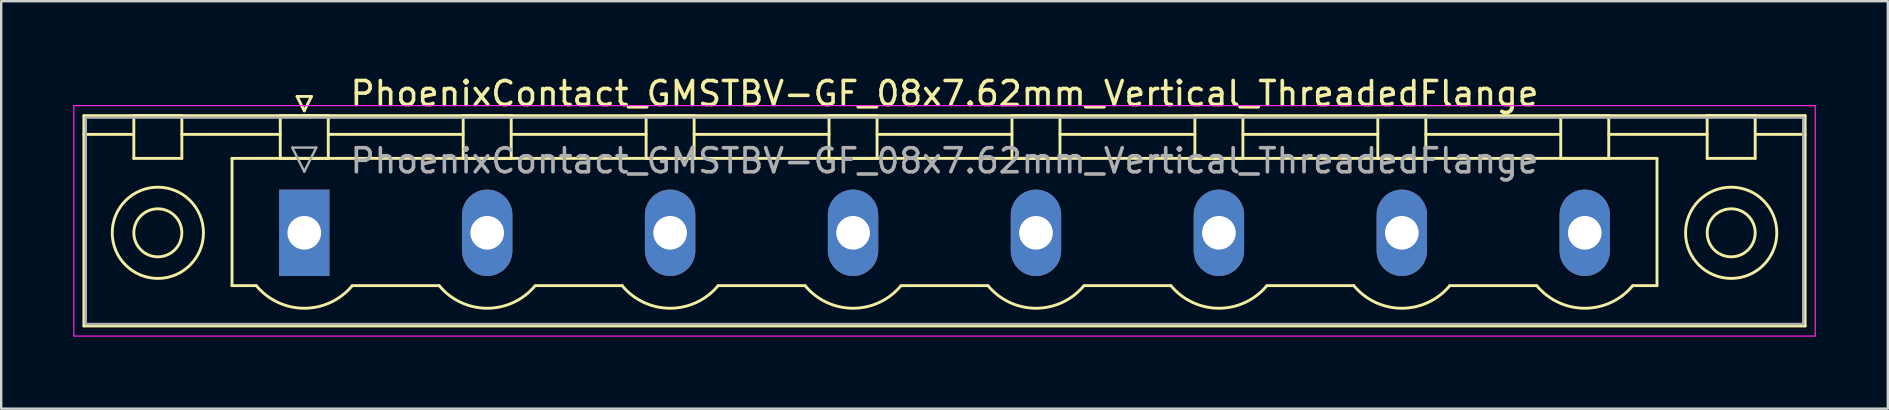
<source format=kicad_pcb>
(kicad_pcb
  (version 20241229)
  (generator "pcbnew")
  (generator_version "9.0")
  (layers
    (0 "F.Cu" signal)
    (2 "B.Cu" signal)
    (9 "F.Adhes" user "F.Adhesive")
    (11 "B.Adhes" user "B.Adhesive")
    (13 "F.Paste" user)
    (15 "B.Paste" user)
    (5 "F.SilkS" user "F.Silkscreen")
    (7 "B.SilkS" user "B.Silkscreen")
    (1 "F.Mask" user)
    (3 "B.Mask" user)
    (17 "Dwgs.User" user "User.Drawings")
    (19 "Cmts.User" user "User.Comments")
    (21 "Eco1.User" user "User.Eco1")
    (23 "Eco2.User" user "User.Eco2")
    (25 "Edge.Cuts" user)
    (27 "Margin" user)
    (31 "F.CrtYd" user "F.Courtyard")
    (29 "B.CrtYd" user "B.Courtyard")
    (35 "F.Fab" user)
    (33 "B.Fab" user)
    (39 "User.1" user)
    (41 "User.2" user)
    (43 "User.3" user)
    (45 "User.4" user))
  (footprint "PhoenixContact_GMSTBV-GF_08x7.62mm_Vertical_ThreadedFlange"
    (layer "F.Cu")
    (at 9.625 6.648)
    (property "Reference" "PhoenixContact_GMSTBV-GF_08x7.62mm_Vertical_ThreadedFlange" (at 26.67 -5.8 0) (layer "F.SilkS") (effects (font (size 1 1) (thickness 0.15))))
    (attr through_hole)
    (fp_line (start -9.18 -4.88) (end -9.18 3.88) (stroke (width 0.12) (type solid)) (layer "F.SilkS"))
    (fp_line (start -9.18 -4.1) (end -7.18 -4.1) (stroke (width 0.12) (type solid)) (layer "F.SilkS"))
    (fp_line (start -9.18 3.88) (end 62.52 3.88) (stroke (width 0.12) (type solid)) (layer "F.SilkS"))
    (fp_line (start -7.1 -4.88) (end -5.1 -4.88) (stroke (width 0.12) (type solid)) (layer "F.SilkS"))
    (fp_line (start -7.1 -3.1) (end -7.1 -4.88) (stroke (width 0.12) (type solid)) (layer "F.SilkS"))
    (fp_line (start -5.1 -4.88) (end -5.1 -3.1) (stroke (width 0.12) (type solid)) (layer "F.SilkS"))
    (fp_line (start -5.1 -4.1) (end -1 -4.1) (stroke (width 0.12) (type solid)) (layer "F.SilkS"))
    (fp_line (start -5.1 -3.1) (end -7.1 -3.1) (stroke (width 0.12) (type solid)) (layer "F.SilkS"))
    (fp_line (start -3.01 -3.1) (end 56.35 -3.1) (stroke (width 0.12) (type solid)) (layer "F.SilkS"))
    (fp_line (start -3.01 2.2) (end -3.01 -3.1) (stroke (width 0.12) (type solid)) (layer "F.SilkS"))
    (fp_line (start -2 2.2) (end -3.01 2.2) (stroke (width 0.12) (type solid)) (layer "F.SilkS"))
    (fp_line (start -1 -4.88) (end 1 -4.88) (stroke (width 0.12) (type solid)) (layer "F.SilkS"))
    (fp_line (start -1 -3.1) (end -1 -4.88) (stroke (width 0.12) (type solid)) (layer "F.SilkS"))
    (fp_line (start -0.3 -5.68) (end 0.3 -5.68) (stroke (width 0.12) (type solid)) (layer "F.SilkS"))
    (fp_line (start 0 -5.08) (end -0.3 -5.68) (stroke (width 0.12) (type solid)) (layer "F.SilkS"))
    (fp_line (start 0.3 -5.68) (end 0 -5.08) (stroke (width 0.12) (type solid)) (layer "F.SilkS"))
    (fp_line (start 1 -4.88) (end 1 -3.1) (stroke (width 0.12) (type solid)) (layer "F.SilkS"))
    (fp_line (start 1 -4.1) (end 6.62 -4.1) (stroke (width 0.12) (type solid)) (layer "F.SilkS"))
    (fp_line (start 1 -3.1) (end -1 -3.1) (stroke (width 0.12) (type solid)) (layer "F.SilkS"))
    (fp_line (start 2 2.2) (end 5.62 2.2) (stroke (width 0.12) (type solid)) (layer "F.SilkS"))
    (fp_line (start 6.62 -4.88) (end 8.62 -4.88) (stroke (width 0.12) (type solid)) (layer "F.SilkS"))
    (fp_line (start 6.62 -3.1) (end 6.62 -4.88) (stroke (width 0.12) (type solid)) (layer "F.SilkS"))
    (fp_line (start 8.62 -4.88) (end 8.62 -3.1) (stroke (width 0.12) (type solid)) (layer "F.SilkS"))
    (fp_line (start 8.62 -4.1) (end 14.24 -4.1) (stroke (width 0.12) (type solid)) (layer "F.SilkS"))
    (fp_line (start 8.62 -3.1) (end 6.62 -3.1) (stroke (width 0.12) (type solid)) (layer "F.SilkS"))
    (fp_line (start 9.62 2.2) (end 13.24 2.2) (stroke (width 0.12) (type solid)) (layer "F.SilkS"))
    (fp_line (start 14.24 -4.88) (end 16.24 -4.88) (stroke (width 0.12) (type solid)) (layer "F.SilkS"))
    (fp_line (start 14.24 -3.1) (end 14.24 -4.88) (stroke (width 0.12) (type solid)) (layer "F.SilkS"))
    (fp_line (start 16.24 -4.88) (end 16.24 -3.1) (stroke (width 0.12) (type solid)) (layer "F.SilkS"))
    (fp_line (start 16.24 -4.1) (end 21.86 -4.1) (stroke (width 0.12) (type solid)) (layer "F.SilkS"))
    (fp_line (start 16.24 -3.1) (end 14.24 -3.1) (stroke (width 0.12) (type solid)) (layer "F.SilkS"))
    (fp_line (start 17.24 2.2) (end 20.86 2.2) (stroke (width 0.12) (type solid)) (layer "F.SilkS"))
    (fp_line (start 21.86 -4.88) (end 23.86 -4.88) (stroke (width 0.12) (type solid)) (layer "F.SilkS"))
    (fp_line (start 21.86 -3.1) (end 21.86 -4.88) (stroke (width 0.12) (type solid)) (layer "F.SilkS"))
    (fp_line (start 23.86 -4.88) (end 23.86 -3.1) (stroke (width 0.12) (type solid)) (layer "F.SilkS"))
    (fp_line (start 23.86 -4.1) (end 29.48 -4.1) (stroke (width 0.12) (type solid)) (layer "F.SilkS"))
    (fp_line (start 23.86 -3.1) (end 21.86 -3.1) (stroke (width 0.12) (type solid)) (layer "F.SilkS"))
    (fp_line (start 24.86 2.2) (end 28.48 2.2) (stroke (width 0.12) (type solid)) (layer "F.SilkS"))
    (fp_line (start 29.48 -4.88) (end 31.48 -4.88) (stroke (width 0.12) (type solid)) (layer "F.SilkS"))
    (fp_line (start 29.48 -3.1) (end 29.48 -4.88) (stroke (width 0.12) (type solid)) (layer "F.SilkS"))
    (fp_line (start 31.48 -4.88) (end 31.48 -3.1) (stroke (width 0.12) (type solid)) (layer "F.SilkS"))
    (fp_line (start 31.48 -4.1) (end 37.1 -4.1) (stroke (width 0.12) (type solid)) (layer "F.SilkS"))
    (fp_line (start 31.48 -3.1) (end 29.48 -3.1) (stroke (width 0.12) (type solid)) (layer "F.SilkS"))
    (fp_line (start 32.48 2.2) (end 36.1 2.2) (stroke (width 0.12) (type solid)) (layer "F.SilkS"))
    (fp_line (start 37.1 -4.88) (end 39.1 -4.88) (stroke (width 0.12) (type solid)) (layer "F.SilkS"))
    (fp_line (start 37.1 -3.1) (end 37.1 -4.88) (stroke (width 0.12) (type solid)) (layer "F.SilkS"))
    (fp_line (start 39.1 -4.88) (end 39.1 -3.1) (stroke (width 0.12) (type solid)) (layer "F.SilkS"))
    (fp_line (start 39.1 -4.1) (end 44.72 -4.1) (stroke (width 0.12) (type solid)) (layer "F.SilkS"))
    (fp_line (start 39.1 -3.1) (end 37.1 -3.1) (stroke (width 0.12) (type solid)) (layer "F.SilkS"))
    (fp_line (start 40.1 2.2) (end 43.72 2.2) (stroke (width 0.12) (type solid)) (layer "F.SilkS"))
    (fp_line (start 44.72 -4.88) (end 46.72 -4.88) (stroke (width 0.12) (type solid)) (layer "F.SilkS"))
    (fp_line (start 44.72 -3.1) (end 44.72 -4.88) (stroke (width 0.12) (type solid)) (layer "F.SilkS"))
    (fp_line (start 46.72 -4.88) (end 46.72 -3.1) (stroke (width 0.12) (type solid)) (layer "F.SilkS"))
    (fp_line (start 46.72 -4.1) (end 52.34 -4.1) (stroke (width 0.12) (type solid)) (layer "F.SilkS"))
    (fp_line (start 46.72 -3.1) (end 44.72 -3.1) (stroke (width 0.12) (type solid)) (layer "F.SilkS"))
    (fp_line (start 47.72 2.2) (end 51.34 2.2) (stroke (width 0.12) (type solid)) (layer "F.SilkS"))
    (fp_line (start 52.34 -4.88) (end 54.34 -4.88) (stroke (width 0.12) (type solid)) (layer "F.SilkS"))
    (fp_line (start 52.34 -3.1) (end 52.34 -4.88) (stroke (width 0.12) (type solid)) (layer "F.SilkS"))
    (fp_line (start 54.34 -4.88) (end 54.34 -3.1) (stroke (width 0.12) (type solid)) (layer "F.SilkS"))
    (fp_line (start 54.34 -4.1) (end 58.44 -4.1) (stroke (width 0.12) (type solid)) (layer "F.SilkS"))
    (fp_line (start 54.34 -3.1) (end 52.34 -3.1) (stroke (width 0.12) (type solid)) (layer "F.SilkS"))
    (fp_line (start 56.35 -3.1) (end 56.35 2.2) (stroke (width 0.12) (type solid)) (layer "F.SilkS"))
    (fp_line (start 56.35 2.2) (end 55.34 2.2) (stroke (width 0.12) (type solid)) (layer "F.SilkS"))
    (fp_line (start 58.44 -4.88) (end 60.44 -4.88) (stroke (width 0.12) (type solid)) (layer "F.SilkS"))
    (fp_line (start 58.44 -3.1) (end 58.44 -4.88) (stroke (width 0.12) (type solid)) (layer "F.SilkS"))
    (fp_line (start 60.44 -4.88) (end 60.44 -3.1) (stroke (width 0.12) (type solid)) (layer "F.SilkS"))
    (fp_line (start 60.44 -3.1) (end 58.44 -3.1) (stroke (width 0.12) (type solid)) (layer "F.SilkS"))
    (fp_line (start 62.52 -4.88) (end -9.18 -4.88) (stroke (width 0.12) (type solid)) (layer "F.SilkS"))
    (fp_line (start 62.52 -4.1) (end 60.52 -4.1) (stroke (width 0.12) (type solid)) (layer "F.SilkS"))
    (fp_line (start 62.52 3.88) (end 62.52 -4.88) (stroke (width 0.12) (type solid)) (layer "F.SilkS"))
    (fp_arc (start 1.986842 2.215821) (mid -0.010289 3.142758) (end -2 2.2) (stroke (width 0.12) (type solid)) (layer "F.SilkS"))
    (fp_arc (start 9.606842 2.215821) (mid 7.609711 3.142758) (end 5.62 2.2) (stroke (width 0.12) (type solid)) (layer "F.SilkS"))
    (fp_arc (start 17.226842 2.215821) (mid 15.229711 3.142758) (end 13.24 2.2) (stroke (width 0.12) (type solid)) (layer "F.SilkS"))
    (fp_arc (start 24.846842 2.215821) (mid 22.849711 3.142758) (end 20.86 2.2) (stroke (width 0.12) (type solid)) (layer "F.SilkS"))
    (fp_arc (start 32.466842 2.215821) (mid 30.469711 3.142758) (end 28.48 2.2) (stroke (width 0.12) (type solid)) (layer "F.SilkS"))
    (fp_arc (start 40.086842 2.215821) (mid 38.089711 3.142758) (end 36.1 2.2) (stroke (width 0.12) (type solid)) (layer "F.SilkS"))
    (fp_arc (start 47.706842 2.215821) (mid 45.709711 3.142758) (end 43.72 2.2) (stroke (width 0.12) (type solid)) (layer "F.SilkS"))
    (fp_arc (start 55.326842 2.215821) (mid 53.329711 3.142758) (end 51.34 2.2) (stroke (width 0.12) (type solid)) (layer "F.SilkS"))
    (fp_circle (center -6.1 0) (end -5.1 0) (stroke (width 0.12) (type solid)) (fill no) (layer "F.SilkS"))
    (fp_circle (center -6.1 0) (end -4.2 0) (stroke (width 0.12) (type solid)) (fill no) (layer "F.SilkS"))
    (fp_circle (center 59.44 0) (end 60.44 0) (stroke (width 0.12) (type solid)) (fill no) (layer "F.SilkS"))
    (fp_circle (center 59.44 0) (end 61.34 0) (stroke (width 0.12) (type solid)) (fill no) (layer "F.SilkS"))
    (fp_line (start -9.6 -5.3) (end -9.6 4.3) (stroke (width 0.05) (type solid)) (layer "F.CrtYd"))
    (fp_line (start -9.6 4.3) (end 62.94 4.3) (stroke (width 0.05) (type solid)) (layer "F.CrtYd"))
    (fp_line (start 62.94 -5.3) (end -9.6 -5.3) (stroke (width 0.05) (type solid)) (layer "F.CrtYd"))
    (fp_line (start 62.94 4.3) (end 62.94 -5.3) (stroke (width 0.05) (type solid)) (layer "F.CrtYd"))
    (fp_line (start -9.1 -4.8) (end -9.1 3.8) (stroke (width 0.1) (type solid)) (layer "F.Fab"))
    (fp_line (start -9.1 3.8) (end 62.44 3.8) (stroke (width 0.1) (type solid)) (layer "F.Fab"))
    (fp_line (start -0.5 -3.55) (end 0.5 -3.55) (stroke (width 0.1) (type solid)) (layer "F.Fab"))
    (fp_line (start 0 -2.55) (end -0.5 -3.55) (stroke (width 0.1) (type solid)) (layer "F.Fab"))
    (fp_line (start 0.5 -3.55) (end 0 -2.55) (stroke (width 0.1) (type solid)) (layer "F.Fab"))
    (fp_line (start 62.44 -4.8) (end -9.1 -4.8) (stroke (width 0.1) (type solid)) (layer "F.Fab"))
    (fp_line (start 62.44 3.8) (end 62.44 -4.8) (stroke (width 0.1) (type solid)) (layer "F.Fab"))
    (fp_text user "${REFERENCE}" (at 26.67 -3 0) (layer "F.Fab") (effects (font (size 1 1) (thickness 0.15))))
    (pad "1" thru_hole rect (at 0 0) (size 2.1 3.6) (drill 1.4) (layers "*.Cu" "*.Mask"))
    (pad "2" thru_hole oval (at 7.62 0) (size 2.1 3.6) (drill 1.4) (layers "*.Cu" "*.Mask"))
    (pad "3" thru_hole oval (at 15.24 0) (size 2.1 3.6) (drill 1.4) (layers "*.Cu" "*.Mask"))
    (pad "4" thru_hole oval (at 22.86 0) (size 2.1 3.6) (drill 1.4) (layers "*.Cu" "*.Mask"))
    (pad "5" thru_hole oval (at 30.48 0) (size 2.1 3.6) (drill 1.4) (layers "*.Cu" "*.Mask"))
    (pad "6" thru_hole oval (at 38.1 0) (size 2.1 3.6) (drill 1.4) (layers "*.Cu" "*.Mask"))
    (pad "7" thru_hole oval (at 45.72 0) (size 2.1 3.6) (drill 1.4) (layers "*.Cu" "*.Mask"))
    (pad "8" thru_hole oval (at 53.34 0) (size 2.1 3.6) (drill 1.4) (layers "*.Cu" "*.Mask")))
  (gr_rect
    (start -3 -3)
    (end 75.59 13.973)
    (stroke (width 0.1) (type default))
    (fill no)
    (layer "Edge.Cuts")))
</source>
